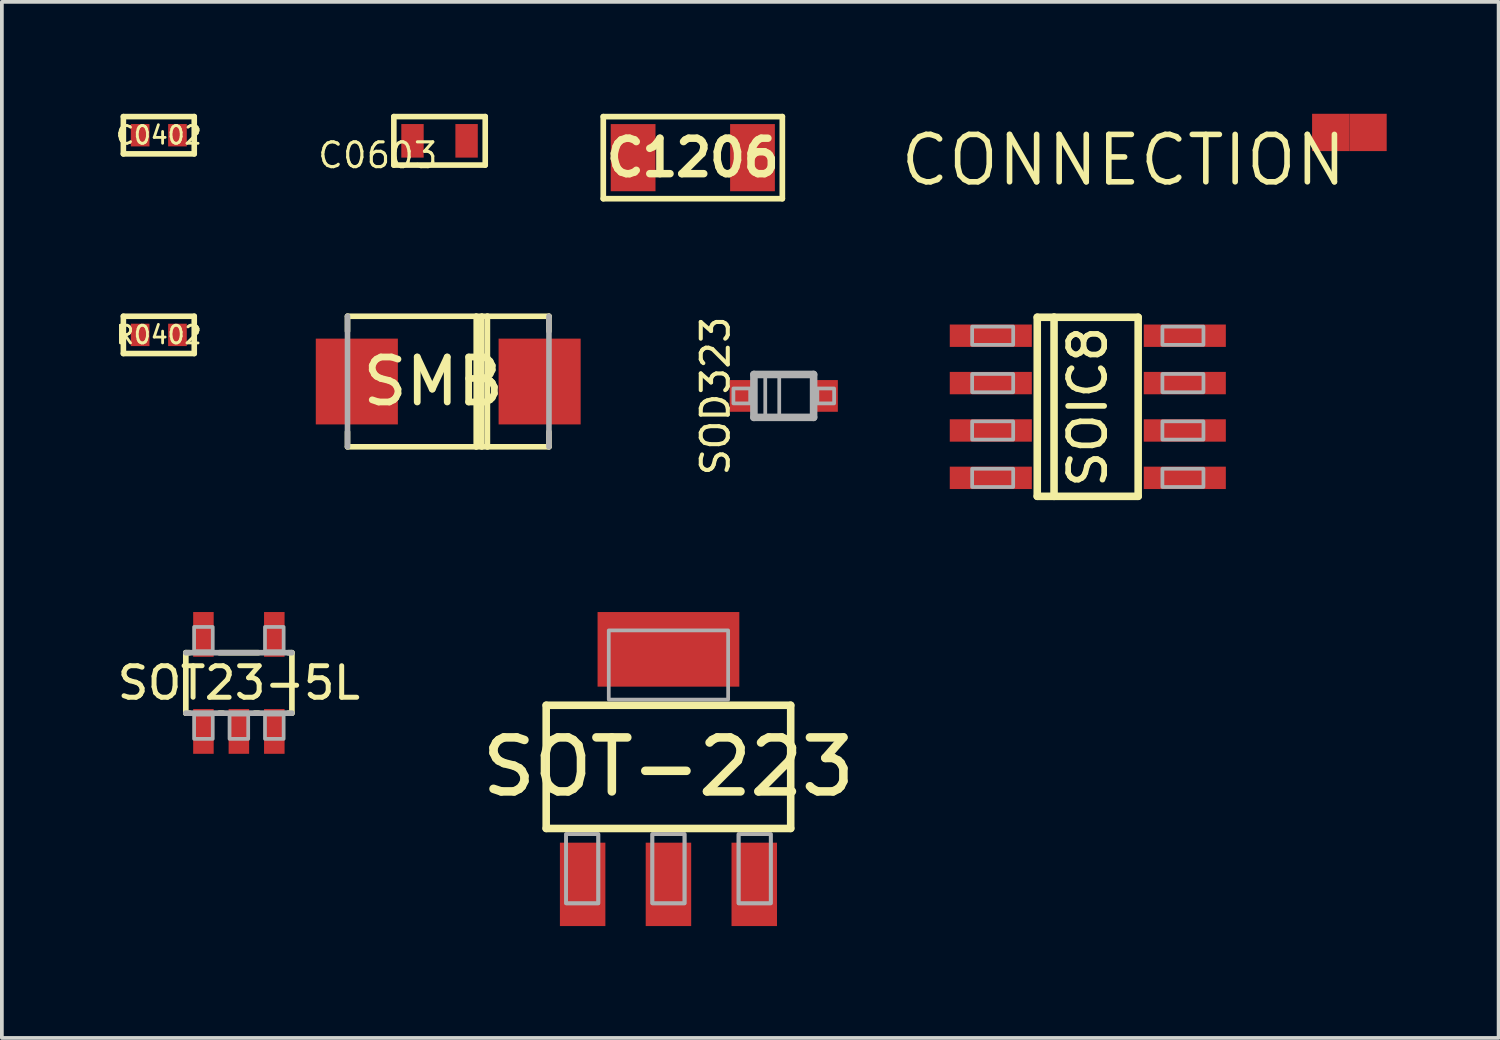
<source format=kicad_pcb>
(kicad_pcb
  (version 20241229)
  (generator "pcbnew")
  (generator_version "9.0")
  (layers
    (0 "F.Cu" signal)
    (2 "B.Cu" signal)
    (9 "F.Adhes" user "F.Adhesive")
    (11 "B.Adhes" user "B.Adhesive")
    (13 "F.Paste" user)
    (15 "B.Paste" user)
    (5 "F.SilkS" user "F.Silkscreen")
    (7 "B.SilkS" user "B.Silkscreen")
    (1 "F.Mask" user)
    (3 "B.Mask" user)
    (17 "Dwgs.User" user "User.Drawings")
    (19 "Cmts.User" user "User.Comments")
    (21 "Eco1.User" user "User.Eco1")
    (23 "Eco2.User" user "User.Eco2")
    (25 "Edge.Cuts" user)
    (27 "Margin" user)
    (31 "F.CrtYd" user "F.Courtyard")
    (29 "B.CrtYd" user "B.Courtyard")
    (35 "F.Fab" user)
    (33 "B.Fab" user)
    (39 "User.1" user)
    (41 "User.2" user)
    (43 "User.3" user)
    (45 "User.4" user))
  (footprint "SOT23-5L"
    (layer "F.Cu")
    (at 3.353 15.256)
    (property "Reference" "SOT23-5L" (at 0 0 0) (layer "F.SilkS") (effects (font (size 0.845 0.845) (thickness 0.133))))
    (attr through_hole)
    (fp_line (start -1.422 -0.81) (end -1.328 -0.81) (stroke (width 0.152) (type solid)) (layer "F.SilkS"))
    (fp_line (start -1.422 0.81) (end -1.422 -0.81) (stroke (width 0.152) (type solid)) (layer "F.SilkS"))
    (fp_line (start -1.328 0.81) (end -1.422 0.81) (stroke (width 0.152) (type solid)) (layer "F.SilkS"))
    (fp_line (start -0.522 -0.81) (end 0.522 -0.81) (stroke (width 0.152) (type solid)) (layer "F.SilkS"))
    (fp_line (start -0.428 0.81) (end -0.522 0.81) (stroke (width 0.152) (type solid)) (layer "F.SilkS"))
    (fp_line (start 0.522 0.81) (end 0.428 0.81) (stroke (width 0.152) (type solid)) (layer "F.SilkS"))
    (fp_line (start 1.328 -0.81) (end 1.422 -0.81) (stroke (width 0.152) (type solid)) (layer "F.SilkS"))
    (fp_line (start 1.422 -0.81) (end 1.422 0.81) (stroke (width 0.152) (type solid)) (layer "F.SilkS"))
    (fp_line (start 1.422 0.81) (end 1.328 0.81) (stroke (width 0.152) (type solid)) (layer "F.SilkS"))
    (fp_line (start -1.422 -0.81) (end 1.422 -0.81) (stroke (width 0.152) (type solid)) (layer "F.Fab"))
    (fp_line (start 1.422 0.81) (end -1.422 0.81) (stroke (width 0.152) (type solid)) (layer "F.Fab"))
    (fp_poly (pts (xy -1.2 -0.85) (xy -0.7 -0.85) (xy -0.7 -1.5) (xy -1.2 -1.5)) (stroke (width 0.1) (type solid)) (fill no) (layer "F.Fab"))
    (fp_poly (pts (xy -1.2 1.5) (xy -0.7 1.5) (xy -0.7 0.85) (xy -1.2 0.85)) (stroke (width 0.1) (type solid)) (fill no) (layer "F.Fab"))
    (fp_poly (pts (xy -0.25 1.5) (xy 0.25 1.5) (xy 0.25 0.85) (xy -0.25 0.85)) (stroke (width 0.1) (type solid)) (fill no) (layer "F.Fab"))
    (fp_poly (pts (xy 0.7 -0.85) (xy 1.2 -0.85) (xy 1.2 -1.5) (xy 0.7 -1.5)) (stroke (width 0.1) (type solid)) (fill no) (layer "F.Fab"))
    (fp_poly (pts (xy 0.7 1.5) (xy 1.2 1.5) (xy 1.2 0.85) (xy 0.7 0.85)) (stroke (width 0.1) (type solid)) (fill no) (layer "F.Fab"))
    (pad "1" smd rect (at -0.95 1.3) (size 0.55 1.2) (layers "F.Cu" "F.Mask" "F.Paste"))
    (pad "2" smd rect (at 0 1.3) (size 0.55 1.2) (layers "F.Cu" "F.Mask" "F.Paste"))
    (pad "3" smd rect (at 0.95 1.3) (size 0.55 1.2) (layers "F.Cu" "F.Mask" "F.Paste"))
    (pad "4" smd rect (at 0.95 -1.3) (size 0.55 1.2) (layers "F.Cu" "F.Mask" "F.Paste"))
    (pad "5" smd rect (at -0.95 -1.3) (size 0.55 1.2) (layers "F.Cu" "F.Mask" "F.Paste")))
  (footprint "CONNECTION"
    (layer "F.Cu")
    (at 33.121 0.5)
    (property "Reference" "CONNECTION" (at 0 0 0) (layer "F.SilkS") (effects (font (size 1.27 1.27) (thickness 0.15)) (justify right top)))
    (attr through_hole)
    (pad "P$1" smd rect (at -0.5 0 90) (size 1 1) (layers "F.Cu" "F.Mask"))
    (pad "P$2" smd rect (at 0.5 0 90) (size 1 1) (layers "F.Cu" "F.Mask")))
  (footprint "R0402"
    (layer "F.Cu")
    (at 1.207 5.927)
    (property "Reference" "R0402" (at 0 0 0) (layer "F.SilkS") (effects (font (size 0.475 0.475) (thickness 0.075))))
    (attr through_hole)
    (fp_line (start -0.95 -0.5) (end 0.95 -0.5) (stroke (width 0.15) (type solid)) (layer "F.SilkS"))
    (fp_line (start -0.95 0.5) (end -0.95 -0.5) (stroke (width 0.15) (type solid)) (layer "F.SilkS"))
    (fp_line (start 0.95 -0.5) (end 0.95 0.5) (stroke (width 0.15) (type solid)) (layer "F.SilkS"))
    (fp_line (start 0.95 0.5) (end -0.95 0.5) (stroke (width 0.15) (type solid)) (layer "F.SilkS"))
    (pad "1" smd rect (at -0.5 0) (size 0.5 0.6) (layers "F.Cu" "F.Mask" "F.Paste"))
    (pad "2" smd rect (at 0.5 0) (size 0.5 0.6) (layers "F.Cu" "F.Mask" "F.Paste")))
  (footprint "SOT-223"
    (layer "F.Cu")
    (at 14.868 17.506)
    (property "Reference" "SOT-223" (at 0 0 0) (layer "F.SilkS") (effects (font (size 1.448 1.448) (thickness 0.229))))
    (attr through_hole)
    (fp_line (start -3.277 -1.651) (end 3.277 -1.651) (stroke (width 0.203) (type solid)) (layer "F.SilkS"))
    (fp_line (start -3.277 1.651) (end -3.277 -1.651) (stroke (width 0.203) (type solid)) (layer "F.SilkS"))
    (fp_line (start 3.277 -1.651) (end 3.277 1.651) (stroke (width 0.203) (type solid)) (layer "F.SilkS"))
    (fp_line (start 3.277 1.651) (end -3.277 1.651) (stroke (width 0.203) (type solid)) (layer "F.SilkS"))
    (fp_line (start -3.3 -1.7) (end 3.3 -1.7) (stroke (width 0.002) (type solid)) (layer "Dwgs.User"))
    (fp_line (start -3.3 1.7) (end -3.3 -1.7) (stroke (width 0.002) (type solid)) (layer "Dwgs.User"))
    (fp_line (start -2.7 1.8) (end -1.9 1.8) (stroke (width 0.0002) (type solid)) (layer "Dwgs.User"))
    (fp_line (start -2.7 3.6) (end -2.7 1.8) (stroke (width 0.0002) (type solid)) (layer "Dwgs.User"))
    (fp_line (start -1.9 1.8) (end -1.9 3.6) (stroke (width 0.0002) (type solid)) (layer "Dwgs.User"))
    (fp_line (start -1.9 3.6) (end -2.7 3.6) (stroke (width 0.0002) (type solid)) (layer "Dwgs.User"))
    (fp_line (start -1.6 -3.6) (end 1.6 -3.6) (stroke (width 0.0002) (type solid)) (layer "Dwgs.User"))
    (fp_line (start -1.6 -1.8) (end -1.6 -3.6) (stroke (width 0.0002) (type solid)) (layer "Dwgs.User"))
    (fp_line (start -0.4 1.8) (end 0.4 1.8) (stroke (width 0.0002) (type solid)) (layer "Dwgs.User"))
    (fp_line (start -0.4 3.6) (end -0.4 1.8) (stroke (width 0.0002) (type solid)) (layer "Dwgs.User"))
    (fp_line (start 0.4 1.8) (end 0.4 3.6) (stroke (width 0.0002) (type solid)) (layer "Dwgs.User"))
    (fp_line (start 0.4 3.6) (end -0.4 3.6) (stroke (width 0.0002) (type solid)) (layer "Dwgs.User"))
    (fp_line (start 1.6 -3.6) (end 1.6 -1.8) (stroke (width 0.0002) (type solid)) (layer "Dwgs.User"))
    (fp_line (start 1.6 -1.8) (end -1.6 -1.8) (stroke (width 0.0002) (type solid)) (layer "Dwgs.User"))
    (fp_line (start 1.9 1.8) (end 2.7 1.8) (stroke (width 0.0002) (type solid)) (layer "Dwgs.User"))
    (fp_line (start 1.9 3.6) (end 1.9 1.8) (stroke (width 0.0002) (type solid)) (layer "Dwgs.User"))
    (fp_line (start 2.7 1.8) (end 2.7 3.6) (stroke (width 0.0002) (type solid)) (layer "Dwgs.User"))
    (fp_line (start 2.7 3.6) (end 1.9 3.6) (stroke (width 0.0002) (type solid)) (layer "Dwgs.User"))
    (fp_line (start 3.3 -1.7) (end 3.3 1.7) (stroke (width 0.002) (type solid)) (layer "Dwgs.User"))
    (fp_line (start 3.3 1.7) (end -3.3 1.7) (stroke (width 0.002) (type solid)) (layer "Dwgs.User"))
    (fp_poly (pts (xy -2.743 3.658) (xy -1.88 3.658) (xy -1.88 1.803) (xy -2.743 1.803)) (stroke (width 0.1) (type solid)) (fill no) (layer "F.Fab"))
    (fp_poly (pts (xy -2.743 3.658) (xy -1.88 3.658) (xy -1.88 1.803) (xy -2.743 1.803)) (stroke (width 0.1) (type solid)) (fill no) (layer "F.Fab"))
    (fp_poly (pts (xy -1.6 -1.803) (xy 1.6 -1.803) (xy 1.6 -3.658) (xy -1.6 -3.658)) (stroke (width 0.1) (type solid)) (fill no) (layer "F.Fab"))
    (fp_poly (pts (xy -0.432 3.658) (xy 0.432 3.658) (xy 0.432 1.803) (xy -0.432 1.803)) (stroke (width 0.1) (type solid)) (fill no) (layer "F.Fab"))
    (fp_poly (pts (xy -0.432 3.658) (xy 0.432 3.658) (xy 0.432 1.803) (xy -0.432 1.803)) (stroke (width 0.1) (type solid)) (fill no) (layer "F.Fab"))
    (fp_poly (pts (xy 1.88 3.658) (xy 2.743 3.658) (xy 2.743 1.803) (xy 1.88 1.803)) (stroke (width 0.1) (type solid)) (fill no) (layer "F.Fab"))
    (fp_poly (pts (xy 1.88 3.658) (xy 2.743 3.658) (xy 2.743 1.803) (xy 1.88 1.803)) (stroke (width 0.1) (type solid)) (fill no) (layer "F.Fab"))
    (pad "1" smd rect (at -2.3 3.15) (size 1.219 2.235) (layers "F.Cu" "F.Mask" "F.Paste"))
    (pad "2" smd rect (at 0 3.15) (size 1.219 2.235) (layers "F.Cu" "F.Mask" "F.Paste"))
    (pad "3" smd rect (at 2.3 3.15) (size 1.219 2.235) (layers "F.Cu" "F.Mask" "F.Paste"))
    (pad "4" smd rect (at 0 -3.15) (size 3.8 2) (layers "F.Cu" "F.Mask" "F.Paste")))
  (footprint "C0402"
    (layer "F.Cu")
    (at 1.207 0.575)
    (property "Reference" "C0402" (at 0 0 0) (layer "F.SilkS") (effects (font (size 0.475 0.475) (thickness 0.075))))
    (attr through_hole)
    (fp_line (start -0.95 -0.5) (end 0.95 -0.5) (stroke (width 0.15) (type solid)) (layer "F.SilkS"))
    (fp_line (start -0.95 0.5) (end -0.95 -0.5) (stroke (width 0.15) (type solid)) (layer "F.SilkS"))
    (fp_line (start 0.95 -0.5) (end 0.95 0.5) (stroke (width 0.15) (type solid)) (layer "F.SilkS"))
    (fp_line (start 0.95 0.5) (end -0.95 0.5) (stroke (width 0.15) (type solid)) (layer "F.SilkS"))
    (pad "1" smd rect (at -0.5 0) (size 0.5 0.6) (layers "F.Cu" "F.Mask" "F.Paste"))
    (pad "2" smd rect (at 0.5 0) (size 0.5 0.6) (layers "F.Cu" "F.Mask" "F.Paste")))
  (footprint "C0603"
    (layer "F.Cu")
    (at 8.732 0.725)
    (property "Reference" "C0603" (at 0 0 0) (layer "F.SilkS") (effects (font (size 0.665 0.665) (thickness 0.084)) (justify right top)))
    (attr through_hole)
    (fp_line (start -1.225 -0.65) (end -1.225 0.65) (stroke (width 0.15) (type solid)) (layer "F.SilkS"))
    (fp_line (start -1.225 0.65) (end 1.225 0.65) (stroke (width 0.15) (type solid)) (layer "F.SilkS"))
    (fp_line (start 1.225 -0.65) (end -1.225 -0.65) (stroke (width 0.15) (type solid)) (layer "F.SilkS"))
    (fp_line (start 1.225 0.65) (end 1.225 -0.65) (stroke (width 0.15) (type solid)) (layer "F.SilkS"))
    (pad "P$1" smd rect (at -0.725 0) (size 0.6 0.9) (layers "F.Cu" "F.Mask" "F.Paste"))
    (pad "P$2" smd rect (at 0.725 0) (size 0.6 0.9) (layers "F.Cu" "F.Mask" "F.Paste")))
  (footprint "SMB"
    (layer "F.Cu")
    (at 8.965 7.177)
    (property "Reference" "SMB" (at -0.4 0 0) (layer "F.SilkS") (effects (font (size 1.206 1.206) (thickness 0.181))))
    (attr through_hole)
    (fp_line (start -2.7 -1.75) (end -2.7 -1.35) (stroke (width 0.15) (type solid)) (layer "F.SilkS"))
    (fp_line (start -2.7 -1.75) (end 0.75 -1.75) (stroke (width 0.15) (type solid)) (layer "F.SilkS"))
    (fp_line (start -2.7 1.75) (end -2.7 1.35) (stroke (width 0.15) (type solid)) (layer "F.SilkS"))
    (fp_line (start 0.75 -1.75) (end 0.75 1.75) (stroke (width 0.15) (type solid)) (layer "F.SilkS"))
    (fp_line (start 0.75 -1.75) (end 0.9 -1.75) (stroke (width 0.15) (type solid)) (layer "F.SilkS"))
    (fp_line (start 0.75 1.75) (end -2.7 1.75) (stroke (width 0.15) (type solid)) (layer "F.SilkS"))
    (fp_line (start 0.75 1.75) (end 0.9 1.75) (stroke (width 0.15) (type solid)) (layer "F.SilkS"))
    (fp_line (start 0.9 -1.75) (end 1.05 -1.75) (stroke (width 0.15) (type solid)) (layer "F.SilkS"))
    (fp_line (start 0.9 1.75) (end 0.9 -1.75) (stroke (width 0.15) (type solid)) (layer "F.SilkS"))
    (fp_line (start 1.05 -1.75) (end 1.05 1.75) (stroke (width 0.15) (type solid)) (layer "F.SilkS"))
    (fp_line (start 1.05 -1.75) (end 2.7 -1.75) (stroke (width 0.15) (type solid)) (layer "F.SilkS"))
    (fp_line (start 1.05 1.75) (end 0.9 1.75) (stroke (width 0.15) (type solid)) (layer "F.SilkS"))
    (fp_line (start 2.7 -1.75) (end 2.7 -1.35) (stroke (width 0.15) (type solid)) (layer "F.SilkS"))
    (fp_line (start 2.7 1.75) (end 1.05 1.75) (stroke (width 0.15) (type solid)) (layer "F.SilkS"))
    (fp_line (start 2.7 1.75) (end 2.7 1.35) (stroke (width 0.15) (type solid)) (layer "F.SilkS"))
    (fp_line (start -2.7 1.75) (end -2.7 -1.75) (stroke (width 0.15) (type solid)) (layer "F.Fab"))
    (fp_line (start 2.7 -1.75) (end 2.7 1.75) (stroke (width 0.15) (type solid)) (layer "F.Fab"))
    (pad "A" smd rect (at -2.45 0) (size 2.2 2.3) (layers "F.Cu" "F.Mask" "F.Paste"))
    (pad "C" smd rect (at 2.45 0 180) (size 2.2 2.3) (layers "F.Cu" "F.Mask" "F.Paste")))
  (footprint "SOIC8"
    (layer "F.Cu")
    (at 26.109 7.854)
    (property "Reference" "SOIC8" (at 0 0 90) (layer "F.SilkS") (effects (font (size 0.965 0.965) (thickness 0.152))))
    (attr through_hole)
    (fp_line (start -1.355 -2.4) (end -0.905 -2.4) (stroke (width 0.203) (type solid)) (layer "F.SilkS"))
    (fp_line (start -1.355 2.4) (end -1.355 -2.4) (stroke (width 0.203) (type solid)) (layer "F.SilkS"))
    (fp_line (start -0.905 -2.4) (end 1.35 -2.4) (stroke (width 0.203) (type solid)) (layer "F.SilkS"))
    (fp_line (start -0.905 2.4) (end -1.355 2.4) (stroke (width 0.203) (type solid)) (layer "F.SilkS"))
    (fp_line (start -0.905 2.4) (end -0.905 -2.4) (stroke (width 0.203) (type solid)) (layer "F.SilkS"))
    (fp_line (start 1.35 -2.4) (end 1.35 2.4) (stroke (width 0.203) (type solid)) (layer "F.SilkS"))
    (fp_line (start 1.35 2.4) (end -0.905 2.4) (stroke (width 0.203) (type solid)) (layer "F.SilkS"))
    (fp_poly (pts (xy -3.1 -2.15) (xy -3.1 -1.66) (xy -2 -1.66) (xy -2 -2.15)) (stroke (width 0.1) (type solid)) (fill no) (layer "F.Fab"))
    (fp_poly (pts (xy -3.1 -0.88) (xy -3.1 -0.39) (xy -2 -0.39) (xy -2 -0.88)) (stroke (width 0.1) (type solid)) (fill no) (layer "F.Fab"))
    (fp_poly (pts (xy -3.1 0.39) (xy -3.1 0.88) (xy -2 0.88) (xy -2 0.39)) (stroke (width 0.1) (type solid)) (fill no) (layer "F.Fab"))
    (fp_poly (pts (xy -3.1 1.66) (xy -3.1 2.15) (xy -2 2.15) (xy -2 1.66)) (stroke (width 0.1) (type solid)) (fill no) (layer "F.Fab"))
    (fp_poly (pts (xy 2 -2.15) (xy 2 -1.66) (xy 3.1 -1.66) (xy 3.1 -2.15)) (stroke (width 0.1) (type solid)) (fill no) (layer "F.Fab"))
    (fp_poly (pts (xy 2 -0.88) (xy 2 -0.39) (xy 3.1 -0.39) (xy 3.1 -0.88)) (stroke (width 0.1) (type solid)) (fill no) (layer "F.Fab"))
    (fp_poly (pts (xy 2 0.39) (xy 2 0.88) (xy 3.1 0.88) (xy 3.1 0.39)) (stroke (width 0.1) (type solid)) (fill no) (layer "F.Fab"))
    (fp_poly (pts (xy 2 1.66) (xy 2 2.15) (xy 3.1 2.15) (xy 3.1 1.66)) (stroke (width 0.1) (type solid)) (fill no) (layer "F.Fab"))
    (pad "1" smd rect (at -2.6 -1.905 270) (size 0.6 2.2) (layers "F.Cu" "F.Mask" "F.Paste"))
    (pad "2" smd rect (at -2.6 -0.635 270) (size 0.6 2.2) (layers "F.Cu" "F.Mask" "F.Paste"))
    (pad "3" smd rect (at -2.6 0.635 270) (size 0.6 2.2) (layers "F.Cu" "F.Mask" "F.Paste"))
    (pad "4" smd rect (at -2.6 1.905 270) (size 0.6 2.2) (layers "F.Cu" "F.Mask" "F.Paste"))
    (pad "5" smd rect (at 2.6 1.905 270) (size 0.6 2.2) (layers "F.Cu" "F.Mask" "F.Paste"))
    (pad "6" smd rect (at 2.6 0.635 270) (size 0.6 2.2) (layers "F.Cu" "F.Mask" "F.Paste"))
    (pad "7" smd rect (at 2.6 -0.635 270) (size 0.6 2.2) (layers "F.Cu" "F.Mask" "F.Paste"))
    (pad "8" smd rect (at 2.6 -1.905 270) (size 0.6 2.2) (layers "F.Cu" "F.Mask" "F.Paste")))
  (footprint "C1206"
    (layer "F.Cu")
    (at 15.521 1.176)
    (property "Reference" "C1206" (at 0 0 0) (layer "F.SilkS") (effects (font (size 0.95 0.95) (thickness 0.2))))
    (attr through_hole)
    (fp_line (start -2.4 -1.1) (end -2.4 1.1) (stroke (width 0.152) (type solid)) (layer "F.SilkS"))
    (fp_line (start -2.4 1.1) (end 2.4 1.1) (stroke (width 0.152) (type solid)) (layer "F.SilkS"))
    (fp_line (start 2.4 -1.1) (end -2.4 -1.1) (stroke (width 0.152) (type solid)) (layer "F.SilkS"))
    (fp_line (start 2.4 1.1) (end 2.4 -1.1) (stroke (width 0.152) (type solid)) (layer "F.SilkS"))
    (pad "P$1" smd rect (at -1.6 0) (size 1.2 1.8) (layers "F.Cu" "F.Mask" "F.Paste"))
    (pad "P$2" smd rect (at 1.6 0) (size 1.2 1.8) (layers "F.Cu" "F.Mask" "F.Paste")))
  (footprint "SOD323"
    (layer "F.Cu")
    (at 17.959 7.563)
    (property "Reference" "SOD323" (at -1.83 0 90) (layer "F.SilkS") (effects (font (size 0.724 0.724) (thickness 0.109))))
    (attr through_hole)
    (fp_line (start -0.8 -0.575) (end 0.8 -0.575) (stroke (width 0.203) (type solid)) (layer "F.Fab"))
    (fp_line (start -0.8 0.575) (end -0.8 -0.575) (stroke (width 0.203) (type solid)) (layer "F.Fab"))
    (fp_line (start 0.8 -0.575) (end 0.8 0.575) (stroke (width 0.203) (type solid)) (layer "F.Fab"))
    (fp_line (start 0.8 0.575) (end -0.8 0.575) (stroke (width 0.203) (type solid)) (layer "F.Fab"))
    (fp_poly (pts (xy -1.35 0.2) (xy -0.9 0.2) (xy -0.9 -0.2) (xy -1.35 -0.2)) (stroke (width 0.1) (type solid)) (fill no) (layer "F.Fab"))
    (fp_poly (pts (xy -0.496 0.575) (xy -0.121 0.575) (xy -0.121 -0.575) (xy -0.496 -0.575)) (stroke (width 0.1) (type solid)) (fill no) (layer "F.Fab"))
    (fp_poly (pts (xy 0.9 0.2) (xy 1.35 0.2) (xy 1.35 -0.2) (xy 0.9 -0.2)) (stroke (width 0.1) (type solid)) (fill no) (layer "F.Fab"))
    (pad "A" smd rect (at 1.125 0) (size 0.65 0.85) (layers "F.Cu" "F.Mask" "F.Paste"))
    (pad "C" smd rect (at -1.125 0) (size 0.65 0.85) (layers "F.Cu" "F.Mask" "F.Paste")))
  (gr_rect
    (start -3 -3)
    (end 37.121 24.773)
    (stroke (width 0.1) (type default))
    (fill no)
    (layer "Edge.Cuts")))
</source>
